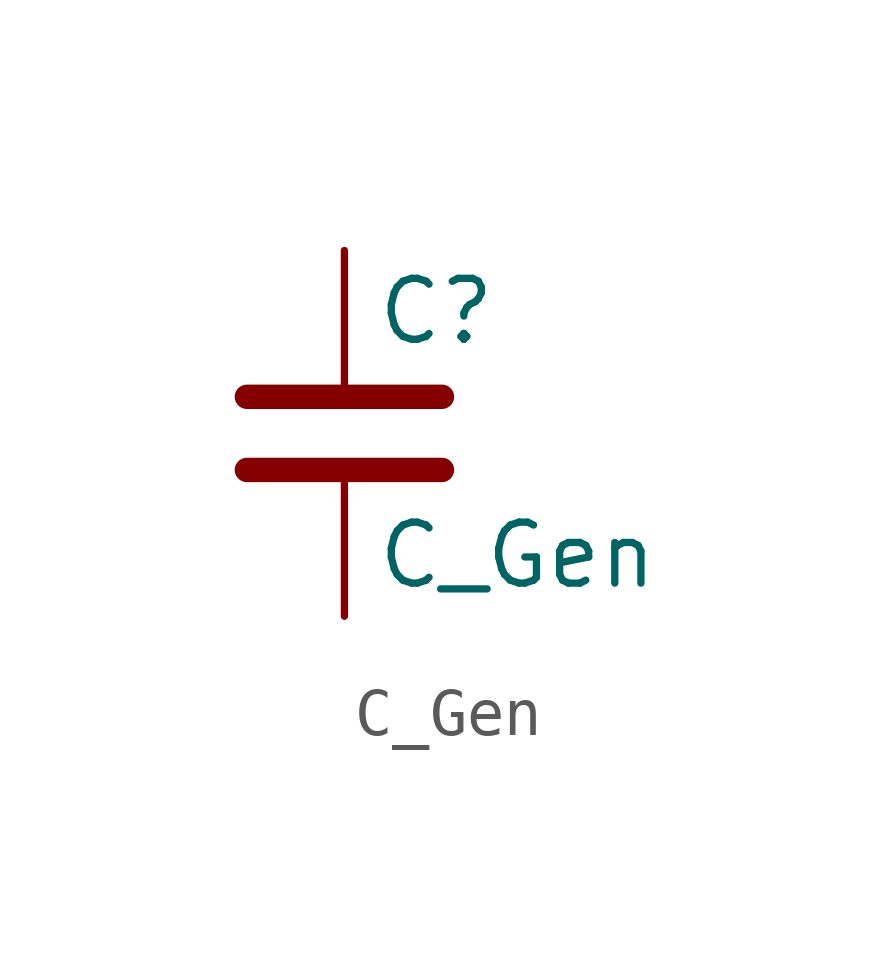
<source format=kicad_sym>
(kicad_symbol_lib
  (version 20241209)
  (generator "kicad_symbol_editor")
  (generator_version "9.0")
  (symbol "C_Gen"
    (pin_numbers
      (hide yes))
    (pin_names
      (offset 0.254))
    (property "Reference" "C"
      (at 0.635 2.54 0)
      (effects (font (size 1.27 1.27)) (justify left)))
    (property "Value" "C_Gen"
      (at 0.635 -2.54 0)
      (effects (font (size 1.27 1.27)) (justify left)))
    (symbol "C_Gen_0_1"
      (polyline (pts (xy -2.032 0.762) (xy 2.032 0.762)) (stroke (width 0.508) (type default)) (fill (type none)))
      (polyline (pts (xy -2.032 -0.762) (xy 2.032 -0.762)) (stroke (width 0.508) (type default)) (fill (type none))))
    (symbol "C_Gen_1_1"
      (pin passive line (at 0 3.81 270) (length 2.794) (name "~" (effects (font (size 1.27 1.27)))) (number "1" (effects (font (size 1.27 1.27)))))
      (pin passive line (at 0 -3.81 90) (length 2.794) (name "~" (effects (font (size 1.27 1.27)))) (number "2" (effects (font (size 1.27 1.27))))))))
</source>
